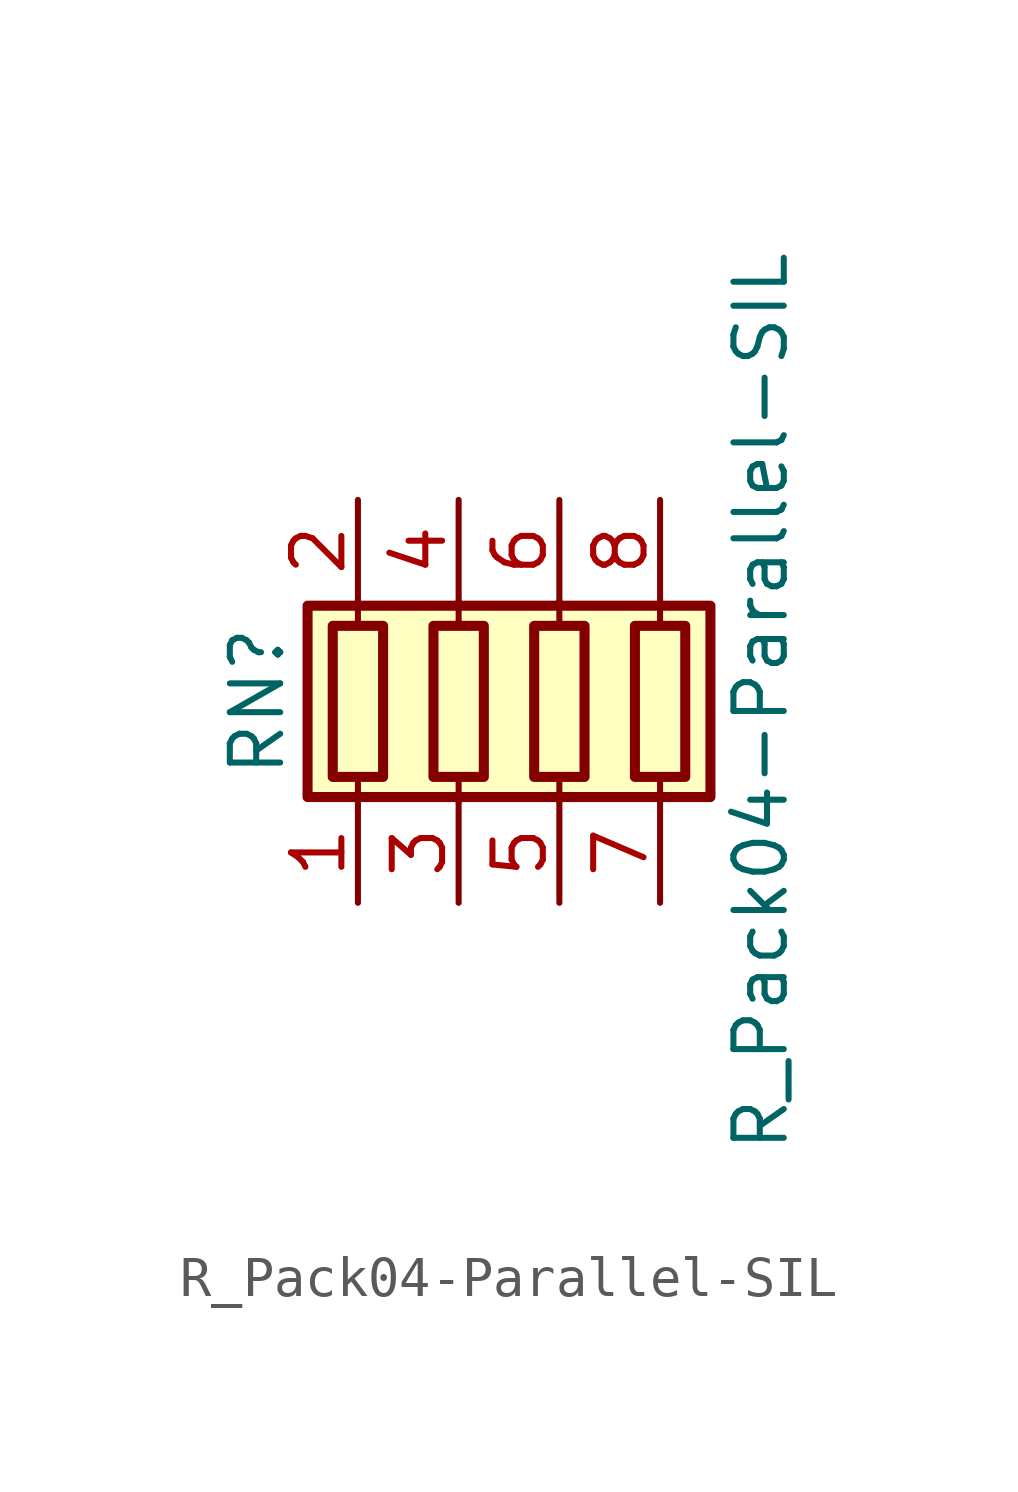
<source format=kicad_sym>
(kicad_symbol_lib
  (version 20231120)
  (generator "kicad_symbol_editor")
  (generator_version "8.0")
  (symbol "R_Pack04-Parallel-SIL"
    (pin_names
      (offset 0) hide)
    (property "Reference" "RN"
      (at -7.62 0 90)
      (effects (font (size 1.27 1.27))))
    (property "Value" "R_Pack04-Parallel-SIL"
      (at 5.08 0 90)
      (effects (font (size 1.27 1.27))))
    (symbol "R_Pack04-Parallel-SIL_0_1"
      (rectangle (start -6.35 -2.413) (end 3.81 2.413) (stroke (width 0.254) (type default)) (fill (type background)))
      (rectangle (start -5.715 1.905) (end -4.445 -1.905) (stroke (width 0.254) (type default)) (fill (type none)))
      (rectangle (start -3.175 1.905) (end -1.905 -1.905) (stroke (width 0.254) (type default)) (fill (type none)))
      (rectangle (start -0.635 1.905) (end 0.635 -1.905) (stroke (width 0.254) (type default)) (fill (type none)))
      (polyline (pts (xy -5.08 -2.54) (xy -5.08 -1.905)) (stroke (width 0) (type default)) (fill (type none)))
      (polyline (pts (xy -5.08 1.905) (xy -5.08 2.54)) (stroke (width 0) (type default)) (fill (type none)))
      (polyline (pts (xy -2.54 -2.54) (xy -2.54 -1.905)) (stroke (width 0) (type default)) (fill (type none)))
      (polyline (pts (xy -2.54 1.905) (xy -2.54 2.54)) (stroke (width 0) (type default)) (fill (type none)))
      (polyline (pts (xy 0 -2.54) (xy 0 -1.905)) (stroke (width 0) (type default)) (fill (type none)))
      (polyline (pts (xy 0 1.905) (xy 0 2.54)) (stroke (width 0) (type default)) (fill (type none)))
      (polyline (pts (xy 2.54 -2.54) (xy 2.54 -1.905)) (stroke (width 0) (type default)) (fill (type none)))
      (polyline (pts (xy 2.54 1.905) (xy 2.54 2.54)) (stroke (width 0) (type default)) (fill (type none)))
      (rectangle (start 1.905 1.905) (end 3.175 -1.905) (stroke (width 0.254) (type default)) (fill (type none))))
    (symbol "R_Pack04-Parallel-SIL_1_1"
      (pin passive line (at -5.08 -5.08 90) (length 2.54) (name "R1.1" (effects (font (size 1.27 1.27)))) (number "1" (effects (font (size 1.27 1.27)))))
      (pin passive line (at -5.08 5.08 270) (length 2.54) (name "R1.2" (effects (font (size 1.27 1.27)))) (number "2" (effects (font (size 1.27 1.27)))))
      (pin passive line (at -2.54 -5.08 90) (length 2.54) (name "R2.1" (effects (font (size 1.27 1.27)))) (number "3" (effects (font (size 1.27 1.27)))))
      (pin passive line (at -2.54 5.08 270) (length 2.54) (name "R2.2" (effects (font (size 1.27 1.27)))) (number "4" (effects (font (size 1.27 1.27)))))
      (pin passive line (at 0 -5.08 90) (length 2.54) (name "R3.1" (effects (font (size 1.27 1.27)))) (number "5" (effects (font (size 1.27 1.27)))))
      (pin passive line (at 0 5.08 270) (length 2.54) (name "R3.2" (effects (font (size 1.27 1.27)))) (number "6" (effects (font (size 1.27 1.27)))))
      (pin passive line (at 2.54 -5.08 90) (length 2.54) (name "R4.1" (effects (font (size 1.27 1.27)))) (number "7" (effects (font (size 1.27 1.27)))))
      (pin passive line (at 2.54 5.08 270) (length 2.54) (name "R4.2" (effects (font (size 1.27 1.27)))) (number "8" (effects (font (size 1.27 1.27))))))))
</source>
